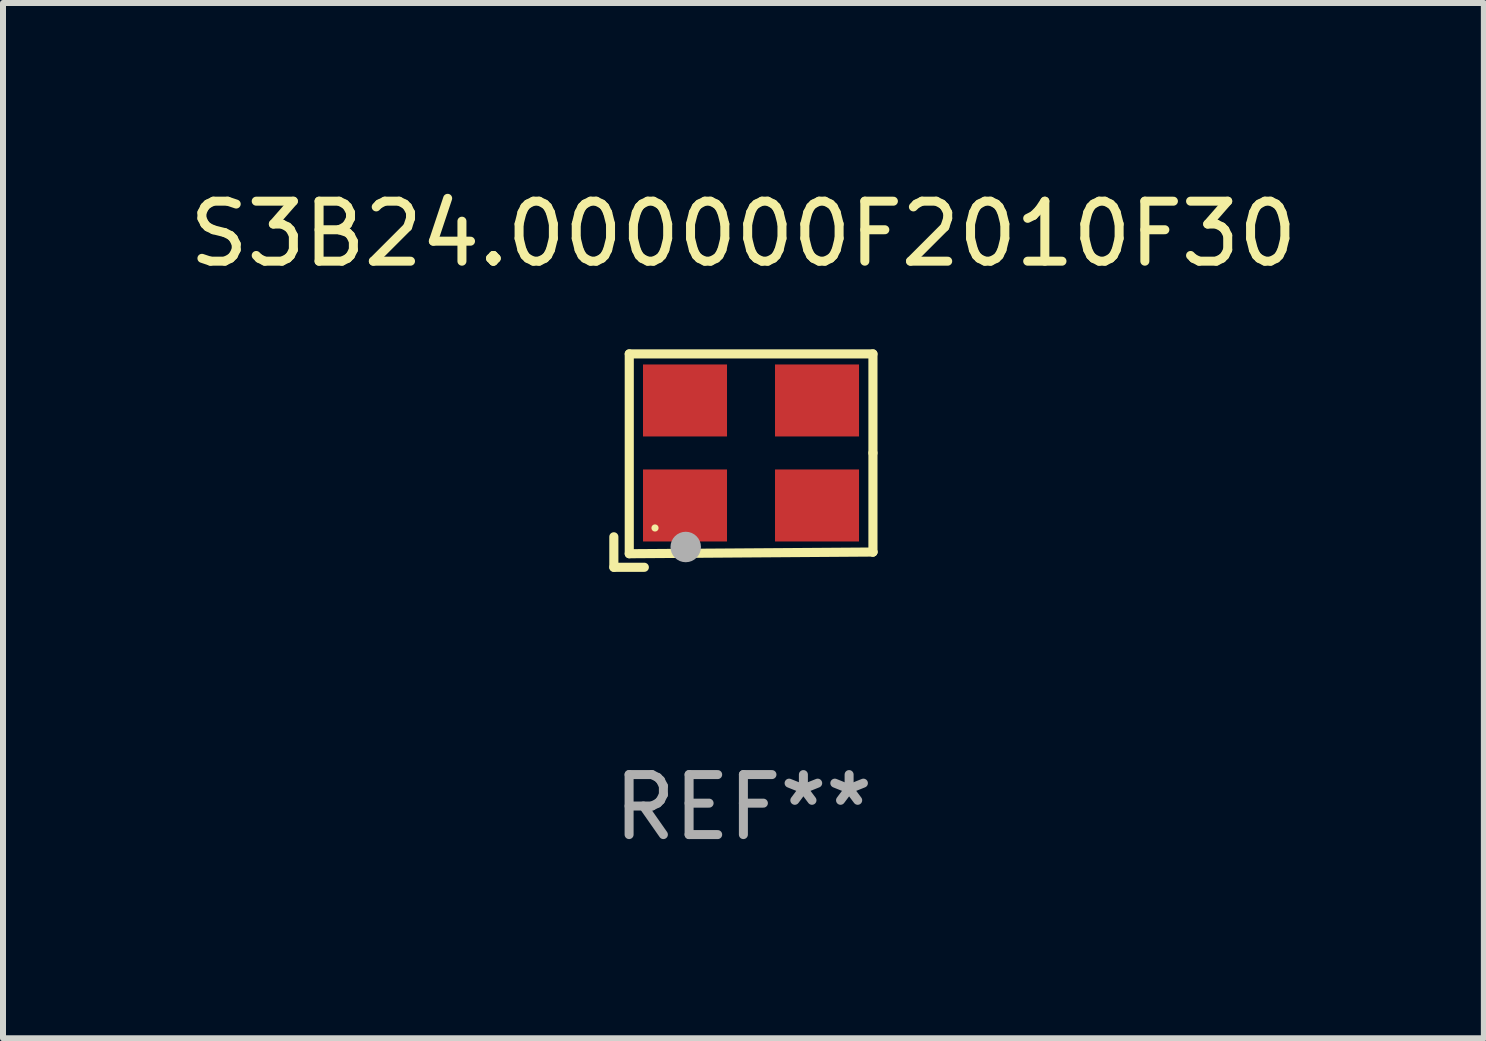
<source format=kicad_pcb>
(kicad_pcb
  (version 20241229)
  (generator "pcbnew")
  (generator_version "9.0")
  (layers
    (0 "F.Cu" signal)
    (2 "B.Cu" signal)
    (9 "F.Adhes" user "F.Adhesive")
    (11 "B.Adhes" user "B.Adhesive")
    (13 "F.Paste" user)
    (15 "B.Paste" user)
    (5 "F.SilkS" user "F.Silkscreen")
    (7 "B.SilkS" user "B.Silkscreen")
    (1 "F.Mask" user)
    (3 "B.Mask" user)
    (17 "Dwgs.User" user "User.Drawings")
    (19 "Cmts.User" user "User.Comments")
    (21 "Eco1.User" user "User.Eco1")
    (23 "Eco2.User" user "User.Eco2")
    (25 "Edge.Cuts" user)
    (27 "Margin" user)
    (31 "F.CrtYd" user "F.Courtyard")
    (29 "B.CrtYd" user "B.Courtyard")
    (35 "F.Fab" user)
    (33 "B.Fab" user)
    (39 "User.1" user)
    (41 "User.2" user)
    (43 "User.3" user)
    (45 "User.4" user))
  (footprint "S3B24.000000F2010F30"
    (layer "F.Cu")
    (at 9.339 4.626)
    (property "Reference" "S3B24.000000F2010F30" (at 0 -3.778 0) (layer "F.SilkS") (effects (font (size 1 1) (thickness 0.15))))
    (attr through_hole)
    (fp_line (start -2.159 1.27) (end -2.159 1.778) (stroke (width 0.152) (type solid)) (layer "F.SilkS"))
    (fp_line (start -2.159 1.778) (end -1.651 1.778) (stroke (width 0.152) (type solid)) (layer "F.SilkS"))
    (fp_line (start -1.902 -1.778) (end 2.159 -1.778) (stroke (width 0.152) (type solid)) (layer "F.SilkS"))
    (fp_line (start -1.902 1.552) (end -1.902 -1.778) (stroke (width 0.152) (type solid)) (layer "F.SilkS"))
    (fp_line (start 2.159 -1.778) (end 2.159 -0.127) (stroke (width 0.152) (type solid)) (layer "F.SilkS"))
    (fp_line (start 2.159 -0.127) (end 2.159 1.524) (stroke (width 0.152) (type solid)) (layer "F.SilkS"))
    (fp_line (start 2.159 1.524) (end -1.902 1.552) (stroke (width 0.152) (type solid)) (layer "F.SilkS"))
    (fp_line (start 2.159 1.524) (end 2.159 1.524) (stroke (width 0.152) (type solid)) (layer "F.SilkS"))
    (fp_circle (center -1.473 1.123) (end -1.443 1.123) (stroke (width 0.06) (type solid)) (fill no) (layer "F.SilkS"))
    (fp_circle (center -0.961 1.44) (end -0.834 1.44) (stroke (width 0.254) (type solid)) (fill no) (layer "F.Fab"))
    (fp_text user "REF**" (at 0 5.778 0) (layer "F.Fab") (effects (font (size 1 1) (thickness 0.15))))
    (pad "1" smd rect (at -0.973 0.748) (size 1.4 1.2) (layers "F.Cu" "F.Mask" "F.Paste"))
    (pad "2" smd rect (at 1.227 0.748) (size 1.4 1.2) (layers "F.Cu" "F.Mask" "F.Paste"))
    (pad "3" smd rect (at 1.227 -1.002) (size 1.4 1.2) (layers "F.Cu" "F.Mask" "F.Paste"))
    (pad "4" smd rect (at -0.973 -1.002) (size 1.4 1.2) (layers "F.Cu" "F.Mask" "F.Paste")))
  (gr_rect
    (start -3 -3)
    (end 21.679 14.253)
    (stroke (width 0.1) (type default))
    (fill no)
    (layer "Edge.Cuts")))
</source>
